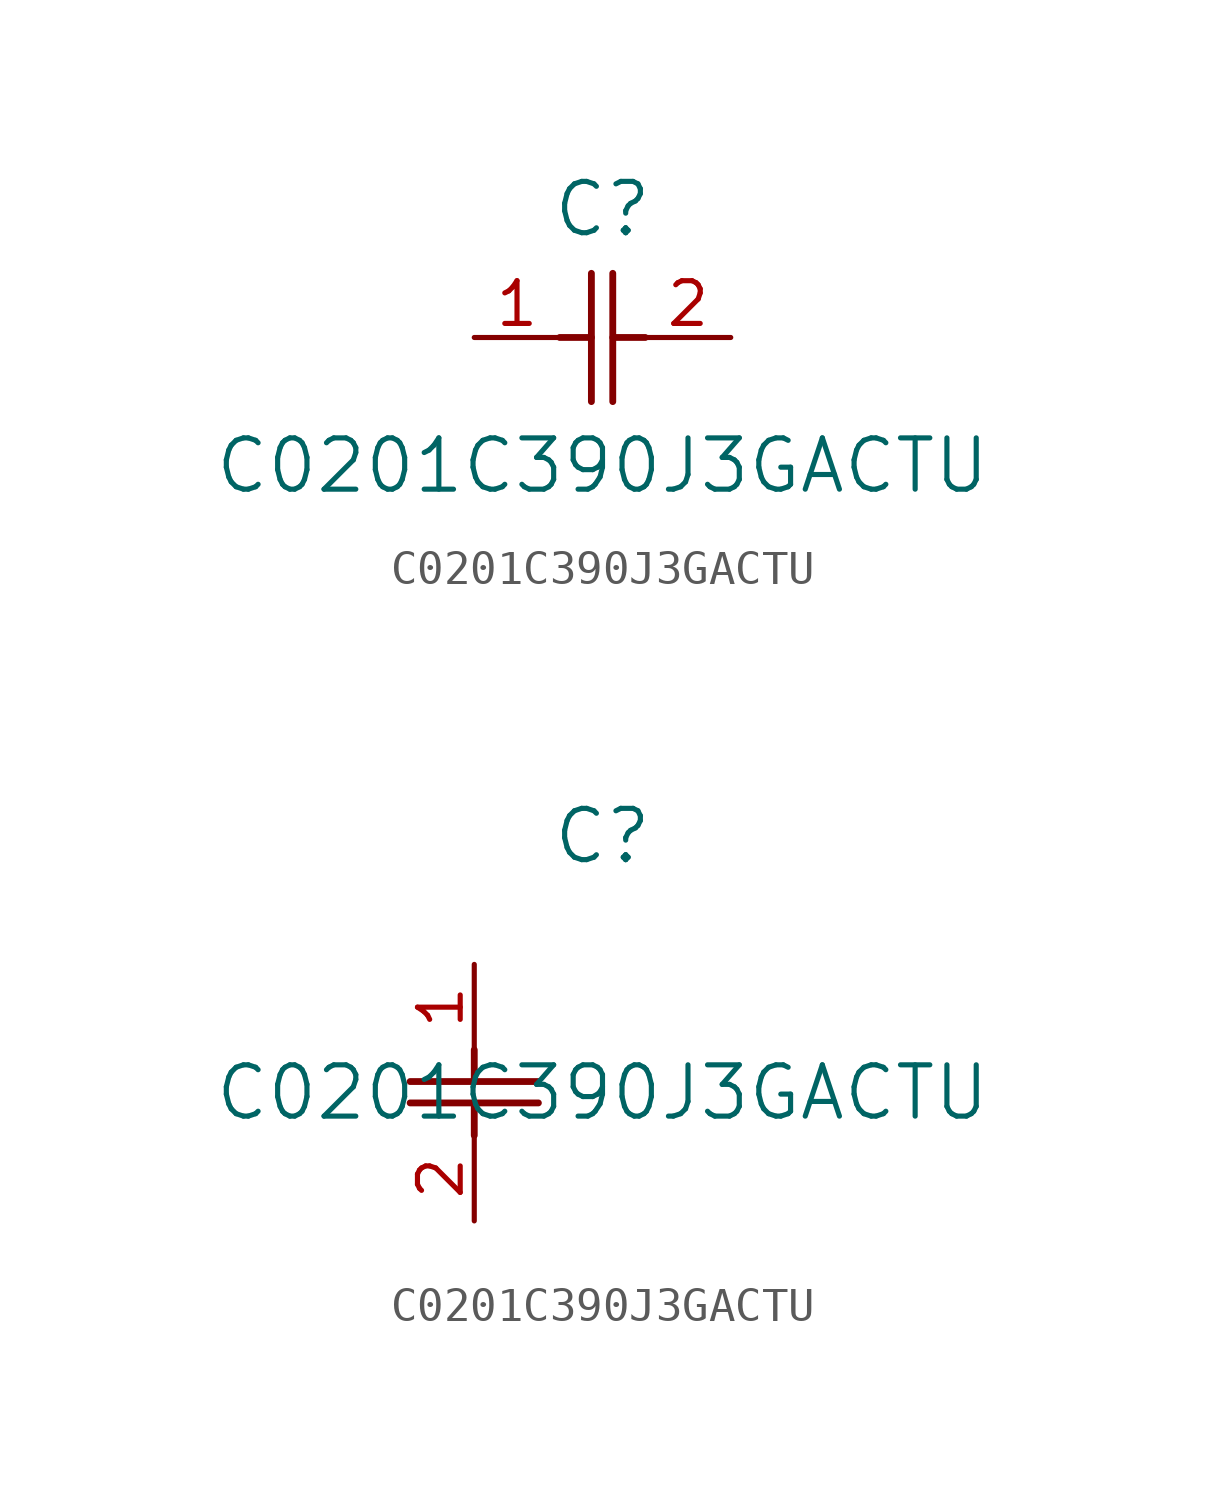
<source format=kicad_sym>
(kicad_symbol_lib
  (version 20211014)
  (generator kicad_symbol_editor)
  (symbol "C0201C390J3GACTU"
    (pin_names
      (offset 0.254))
    (property "Reference" "C"
      (at 3.81 3.81 0)
      (effects (font (size 1.524 1.524))))
    (property "Value" "C0201C390J3GACTU"
      (at 3.81 -3.81 0)
      (effects (font (size 1.524 1.524))))
    (symbol "C0201C390J3GACTU_1_1"
      (polyline (pts (xy 3.48 -1.905) (xy 3.48 1.905)) (stroke (width 0.203) (type default) (color 0 0 0 0)) (fill (type none)))
      (polyline (pts (xy 4.115 -1.905) (xy 4.115 1.905)) (stroke (width 0.203) (type default) (color 0 0 0 0)) (fill (type none)))
      (polyline (pts (xy 4.115 0) (xy 5.08 0)) (stroke (width 0.203) (type default) (color 0 0 0 0)) (fill (type none)))
      (polyline (pts (xy 2.54 0) (xy 3.48 0)) (stroke (width 0.203) (type default) (color 0 0 0 0)) (fill (type none)))
      (pin unspecified line (at 0 0 0) (length 2.54) (name "" (effects (font (size 1.27 1.27)))) (number "1" (effects (font (size 1.27 1.27)))))
      (pin unspecified line (at 7.62 0 180) (length 2.54) (name "" (effects (font (size 1.27 1.27)))) (number "2" (effects (font (size 1.27 1.27))))))
    (symbol "C0201C390J3GACTU_1_2"
      (polyline (pts (xy -1.905 -3.48) (xy 1.905 -3.48)) (stroke (width 0.203) (type default) (color 0 0 0 0)) (fill (type none)))
      (polyline (pts (xy -1.905 -4.115) (xy 1.905 -4.115)) (stroke (width 0.203) (type default) (color 0 0 0 0)) (fill (type none)))
      (polyline (pts (xy 0 -4.115) (xy 0 -5.08)) (stroke (width 0.203) (type default) (color 0 0 0 0)) (fill (type none)))
      (polyline (pts (xy 0 -2.54) (xy 0 -3.48)) (stroke (width 0.203) (type default) (color 0 0 0 0)) (fill (type none)))
      (pin unspecified line (at 0 0 270) (length 2.54) (name "" (effects (font (size 1.27 1.27)))) (number "1" (effects (font (size 1.27 1.27)))))
      (pin unspecified line (at 0 -7.62 90) (length 2.54) (name "" (effects (font (size 1.27 1.27)))) (number "2" (effects (font (size 1.27 1.27))))))))
</source>
